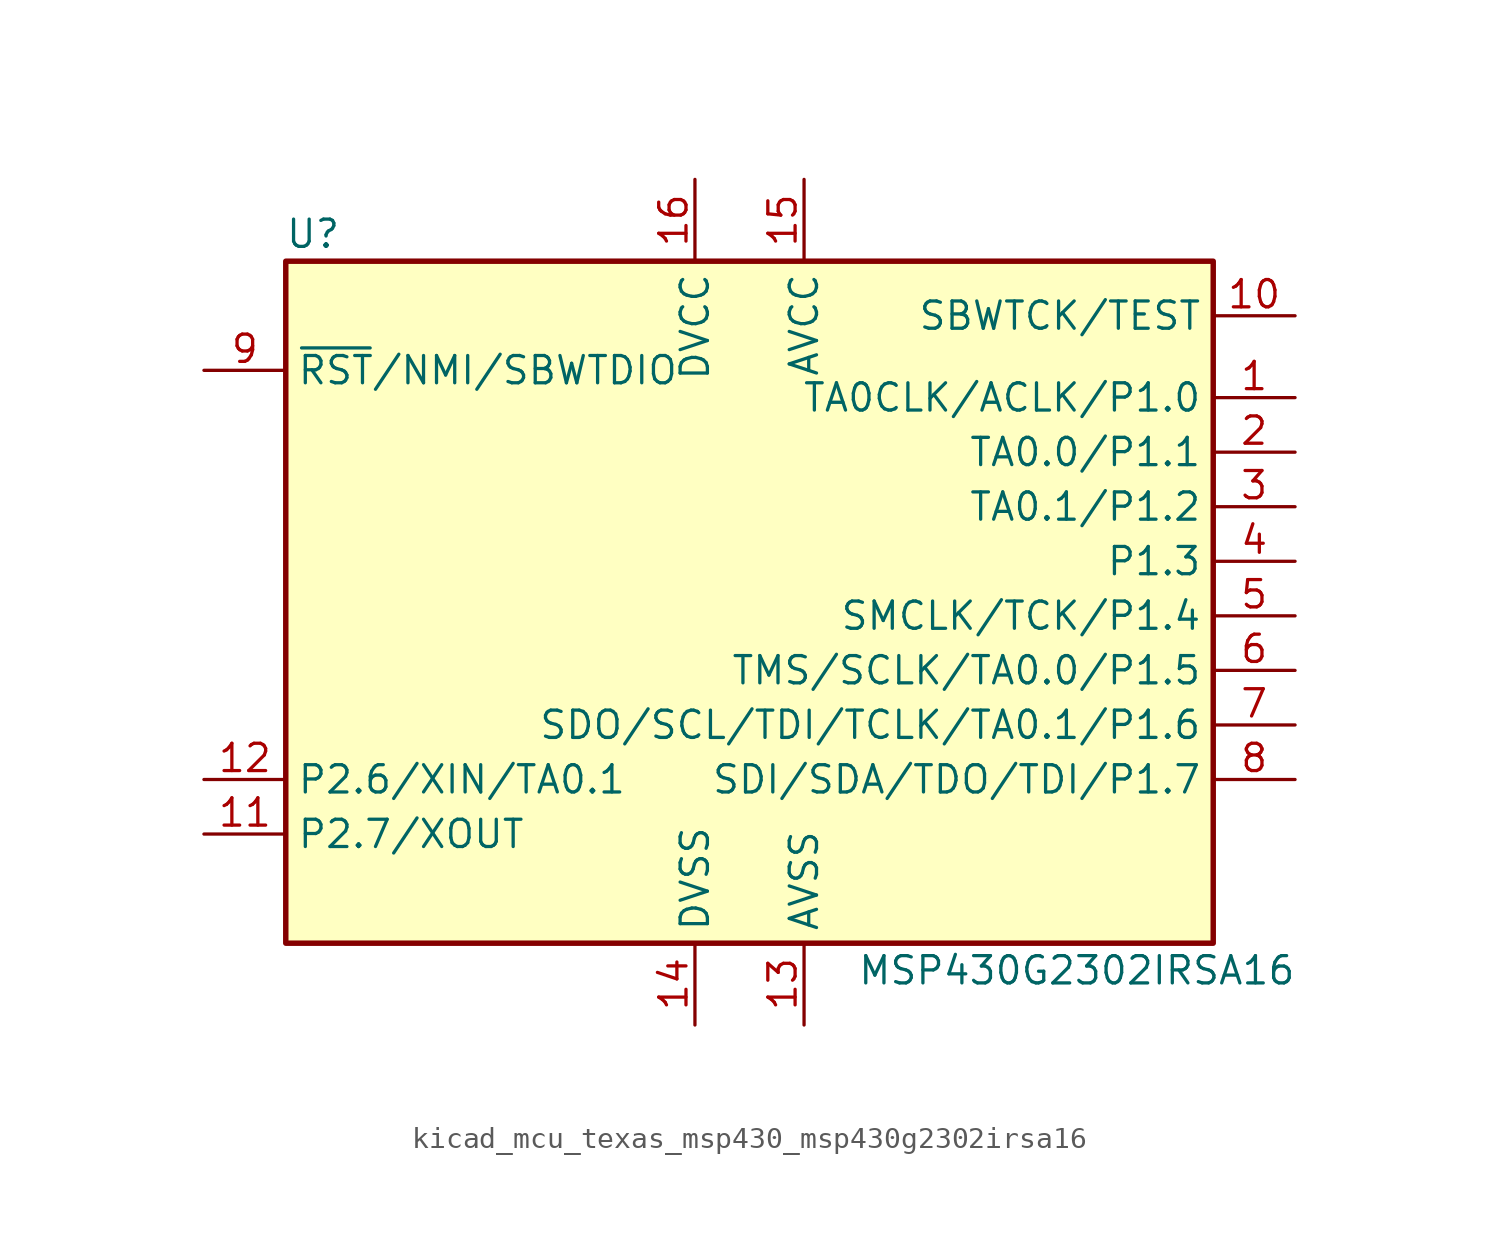
<source format=kicad_sym>
(kicad_symbol_lib
  (version 20220914)
  (generator kicad_symbol_editor)
  (symbol "kicad_mcu_texas_msp430_msp430g2302irsa16"
    (property "Reference" "U"
      (at -20.32 17.78 0)
      (effects (font (size 1.27 1.27))))
    (property "Value" "MSP430G2302IRSA16"
      (at 15.24 -16.51 0)
      (effects (font (size 1.27 1.27))))
    (symbol "kicad_mcu_texas_msp430_msp430g2302irsa16_0_1"
      (rectangle (start -21.59 16.51) (end 21.59 -15.24) (stroke (width 0.254) (type default)) (fill (type background))))
    (symbol "kicad_mcu_texas_msp430_msp430g2302irsa16_1_1"
      (pin bidirectional line (at 25.4 10.16 180) (length 3.81) (name "TA0CLK/ACLK/P1.0" (effects (font (size 1.27 1.27)))) (number "1" (effects (font (size 1.27 1.27)))))
      (pin input line (at 25.4 13.97 180) (length 3.81) (name "SBWTCK/TEST" (effects (font (size 1.27 1.27)))) (number "10" (effects (font (size 1.27 1.27)))))
      (pin bidirectional line (at -25.4 -10.16 0) (length 3.81) (name "P2.7/XOUT" (effects (font (size 1.27 1.27)))) (number "11" (effects (font (size 1.27 1.27)))))
      (pin bidirectional line (at -25.4 -7.62 0) (length 3.81) (name "P2.6/XIN/TA0.1" (effects (font (size 1.27 1.27)))) (number "12" (effects (font (size 1.27 1.27)))))
      (pin power_in line (at 2.54 -19.05 90) (length 3.81) (name "AVSS" (effects (font (size 1.27 1.27)))) (number "13" (effects (font (size 1.27 1.27)))))
      (pin power_in line (at -2.54 -19.05 90) (length 3.81) (name "DVSS" (effects (font (size 1.27 1.27)))) (number "14" (effects (font (size 1.27 1.27)))))
      (pin power_in line (at 2.54 20.32 270) (length 3.81) (name "AVCC" (effects (font (size 1.27 1.27)))) (number "15" (effects (font (size 1.27 1.27)))))
      (pin power_in line (at -2.54 20.32 270) (length 3.81) (name "DVCC" (effects (font (size 1.27 1.27)))) (number "16" (effects (font (size 1.27 1.27)))))
      (pin bidirectional line (at 25.4 7.62 180) (length 3.81) (name "TA0.0/P1.1" (effects (font (size 1.27 1.27)))) (number "2" (effects (font (size 1.27 1.27)))))
      (pin bidirectional line (at 25.4 5.08 180) (length 3.81) (name "TA0.1/P1.2" (effects (font (size 1.27 1.27)))) (number "3" (effects (font (size 1.27 1.27)))))
      (pin bidirectional line (at 25.4 2.54 180) (length 3.81) (name "P1.3" (effects (font (size 1.27 1.27)))) (number "4" (effects (font (size 1.27 1.27)))))
      (pin bidirectional line (at 25.4 0 180) (length 3.81) (name "SMCLK/TCK/P1.4" (effects (font (size 1.27 1.27)))) (number "5" (effects (font (size 1.27 1.27)))))
      (pin bidirectional line (at 25.4 -2.54 180) (length 3.81) (name "TMS/SCLK/TA0.0/P1.5" (effects (font (size 1.27 1.27)))) (number "6" (effects (font (size 1.27 1.27)))))
      (pin bidirectional line (at 25.4 -5.08 180) (length 3.81) (name "SDO/SCL/TDI/TCLK/TA0.1/P1.6" (effects (font (size 1.27 1.27)))) (number "7" (effects (font (size 1.27 1.27)))))
      (pin bidirectional line (at 25.4 -7.62 180) (length 3.81) (name "SDI/SDA/TDO/TDI/P1.7" (effects (font (size 1.27 1.27)))) (number "8" (effects (font (size 1.27 1.27)))))
      (pin input line (at -25.4 11.43 0) (length 3.81) (name "~{RST}/NMI/SBWTDIO" (effects (font (size 1.27 1.27)))) (number "9" (effects (font (size 1.27 1.27))))))))
</source>
